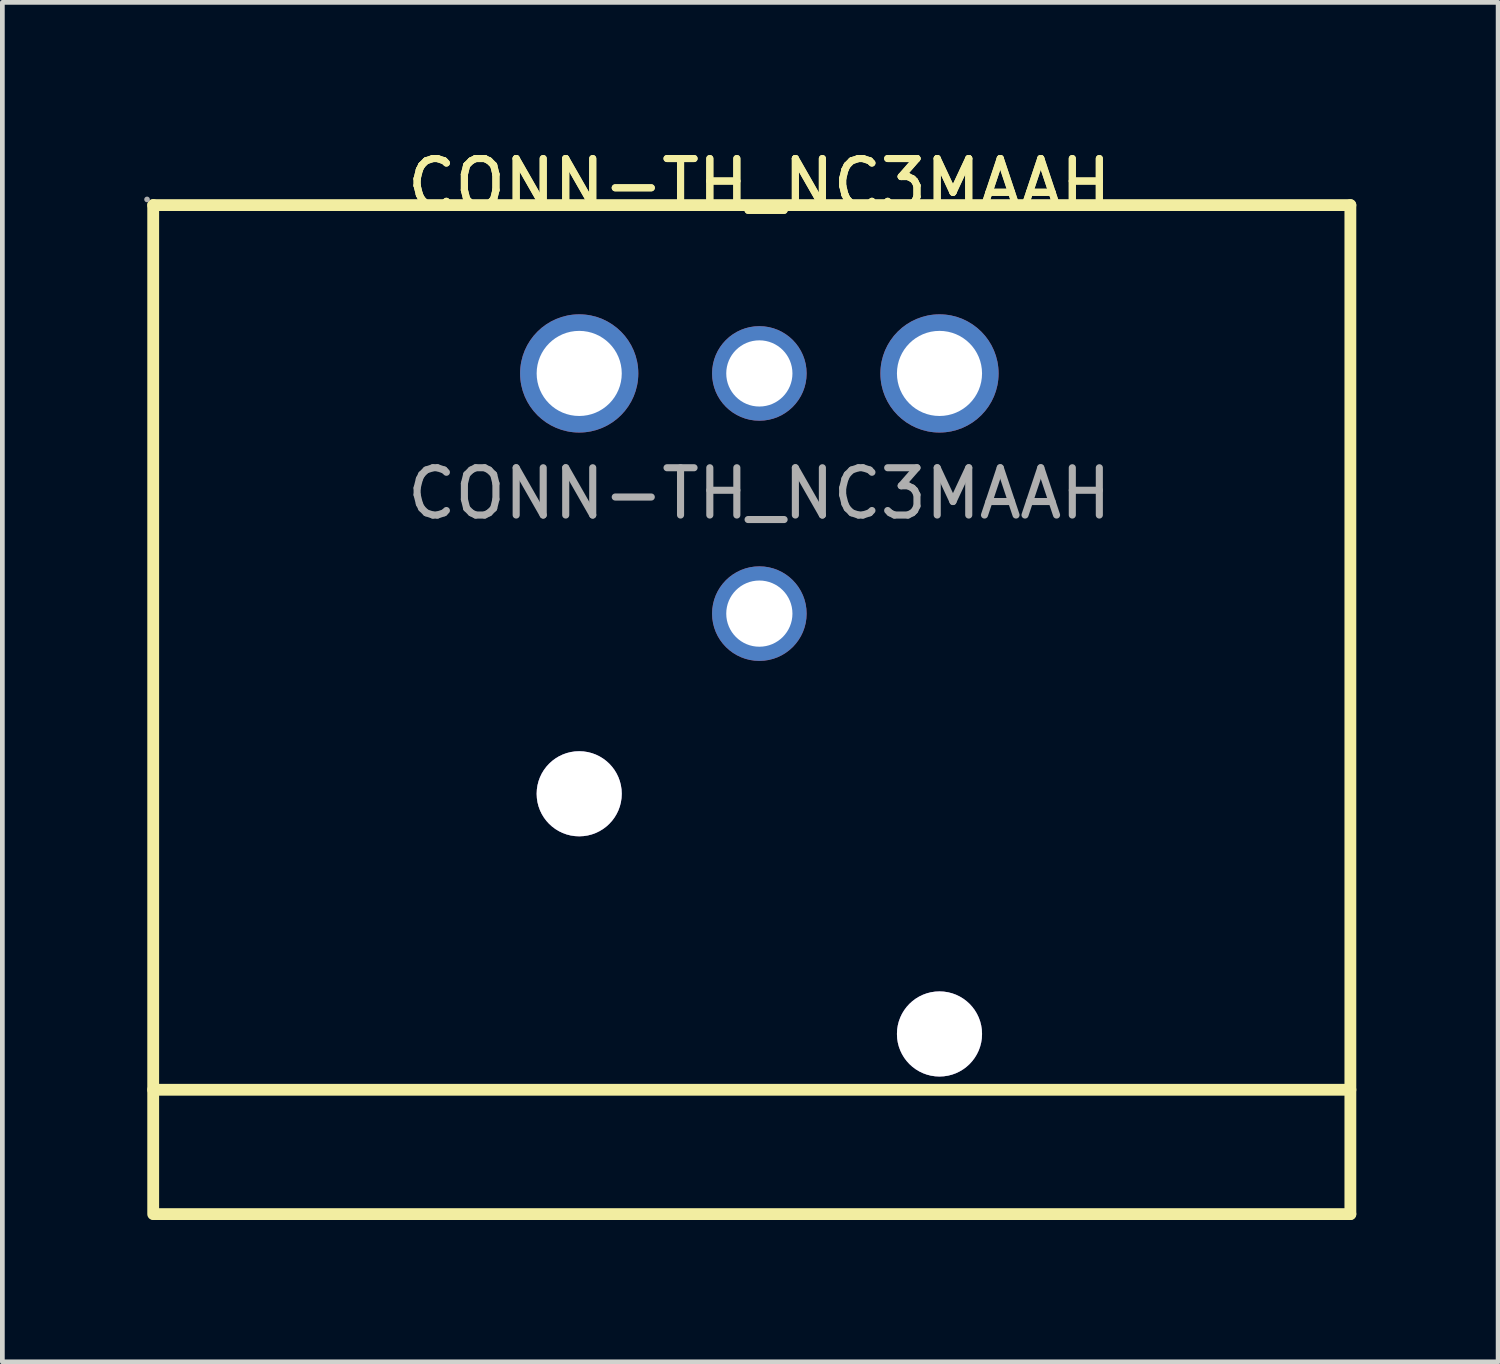
<source format=kicad_pcb>
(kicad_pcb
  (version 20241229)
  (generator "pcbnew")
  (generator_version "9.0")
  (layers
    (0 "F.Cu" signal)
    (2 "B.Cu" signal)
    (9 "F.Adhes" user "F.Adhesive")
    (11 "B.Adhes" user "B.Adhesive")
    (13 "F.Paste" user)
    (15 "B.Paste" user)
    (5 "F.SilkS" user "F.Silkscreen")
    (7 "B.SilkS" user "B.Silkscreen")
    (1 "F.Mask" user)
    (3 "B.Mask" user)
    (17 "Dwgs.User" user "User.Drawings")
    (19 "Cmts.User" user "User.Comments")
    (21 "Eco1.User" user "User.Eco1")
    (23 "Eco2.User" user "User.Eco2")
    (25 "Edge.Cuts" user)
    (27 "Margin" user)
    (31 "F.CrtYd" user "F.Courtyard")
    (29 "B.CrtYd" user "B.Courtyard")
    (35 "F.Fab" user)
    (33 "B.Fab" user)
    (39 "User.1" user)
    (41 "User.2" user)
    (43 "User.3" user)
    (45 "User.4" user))
  (footprint "CONN-TH_NC3MAAH"
    (layer "F.Cu")
    (at 13.01 7.388)
    (property "Reference" "CONN-TH_NC3MAAH" (at 0 -6.54 0) (layer "F.SilkS") (effects (font (size 1 1) (thickness 0.15))))
    (attr through_hole)
    (fp_line (start -12.82 -6.1) (end -12.82 15.24) (stroke (width 0.25) (type solid)) (layer "F.SilkS"))
    (fp_line (start 12.5 -6.1) (end -12.82 -6.1) (stroke (width 0.25) (type solid)) (layer "F.SilkS"))
    (fp_line (start 12.5 12.61) (end -12.82 12.61) (stroke (width 0.25) (type solid)) (layer "F.SilkS"))
    (fp_line (start 12.5 15.24) (end -12.8 15.24) (stroke (width 0.25) (type solid)) (layer "F.SilkS"))
    (fp_line (start 12.5 15.24) (end 12.5 -6.1) (stroke (width 0.25) (type solid)) (layer "F.SilkS"))
    (fp_circle (center -12.95 -6.22) (end -12.92 -6.22) (stroke (width 0.06) (type solid)) (fill no) (layer "F.Fab"))
    (fp_circle (center -3.81 -2.54) (end -3.41 -2.54) (stroke (width 0.8) (type solid)) (fill no) (layer "F.Fab"))
    (fp_circle (center -3.81 6.35) (end -3.41 6.35) (stroke (width 0.8) (type solid)) (fill no) (layer "F.Fab"))
    (fp_circle (center 0 -2.54) (end 0.3 -2.54) (stroke (width 0.6) (type solid)) (fill no) (layer "F.Fab"))
    (fp_circle (center 0 2.54) (end 0.3 2.54) (stroke (width 0.6) (type solid)) (fill no) (layer "F.Fab"))
    (fp_circle (center 3.81 -2.54) (end 4.21 -2.54) (stroke (width 0.8) (type solid)) (fill no) (layer "F.Fab"))
    (fp_circle (center 3.81 11.43) (end 4.21 11.43) (stroke (width 0.8) (type solid)) (fill no) (layer "F.Fab"))
    (fp_text user "${REFERENCE}" (at 0 -6.54 0) (layer "F.SilkS") (effects (font (size 1 1) (thickness 0.15))))
    (fp_text user "${REFERENCE}" (at 0 0 0) (layer "F.Fab") (effects (font (size 1 1) (thickness 0.15))))
    (pad "" thru_hole circle (at -3.81 6.35) (size 1.8 1.8) (drill 1.8) (layers "*.Cu" "*.Mask"))
    (pad "" thru_hole circle (at 3.81 11.43) (size 1.8 1.8) (drill 1.8) (layers "*.Cu" "*.Mask"))
    (pad "1" thru_hole circle (at -3.81 -2.54 180) (size 2.5 2.5) (drill 1.8) (layers "*.Cu" "*.Mask"))
    (pad "2" thru_hole circle (at 3.81 -2.54 180) (size 2.5 2.5) (drill 1.8) (layers "*.Cu" "*.Mask"))
    (pad "3" thru_hole circle (at 0 -2.54 180) (size 2 2) (drill 1.4) (layers "*.Cu" "*.Mask"))
    (pad "4" thru_hole circle (at 0 2.54 180) (size 2 2) (drill 1.4) (layers "*.Cu" "*.Mask")))
  (gr_rect
    (start -3 -3)
    (end 28.635 25.753)
    (stroke (width 0.1) (type default))
    (fill no)
    (layer "Edge.Cuts")))
</source>
